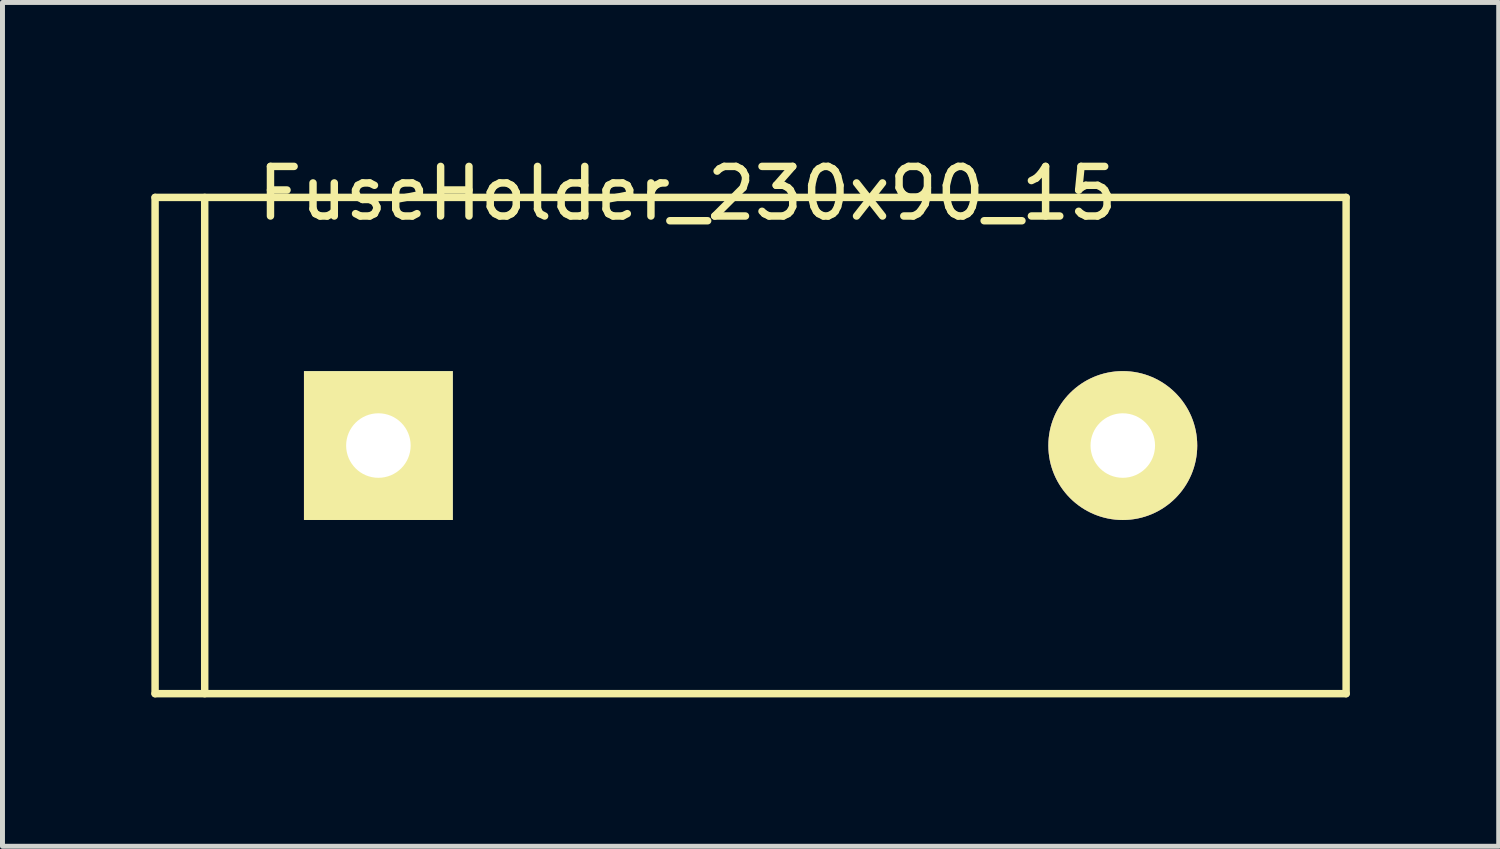
<source format=kicad_pcb>
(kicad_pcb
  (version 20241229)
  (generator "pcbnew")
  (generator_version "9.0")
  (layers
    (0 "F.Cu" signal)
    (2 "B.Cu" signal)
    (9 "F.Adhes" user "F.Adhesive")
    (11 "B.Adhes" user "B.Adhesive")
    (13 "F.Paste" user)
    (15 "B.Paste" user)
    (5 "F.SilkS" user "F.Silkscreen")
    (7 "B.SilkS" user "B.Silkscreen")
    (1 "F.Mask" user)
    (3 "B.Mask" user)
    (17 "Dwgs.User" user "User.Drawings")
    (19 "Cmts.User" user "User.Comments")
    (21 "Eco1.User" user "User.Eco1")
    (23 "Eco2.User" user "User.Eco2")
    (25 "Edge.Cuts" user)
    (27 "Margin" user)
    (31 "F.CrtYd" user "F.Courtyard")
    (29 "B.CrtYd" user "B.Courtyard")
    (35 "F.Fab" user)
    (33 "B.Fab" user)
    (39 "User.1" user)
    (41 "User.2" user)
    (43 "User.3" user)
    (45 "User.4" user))
  (footprint "FuseHolder_230x90_15"
    (layer "F.Cu")
    (at 12.075 5.928)
    (property "Reference" "FuseHolder_230x90_15" (at -1.27 -5.08 0) (layer "F.SilkS") (effects (font (size 1 1) (thickness 0.15))))
    (attr through_hole)
    (fp_line (start -12 -5) (end -12 5) (stroke (width 0.15) (type solid)) (layer "F.SilkS"))
    (fp_line (start -12 -5) (end 12 -5) (stroke (width 0.15) (type solid)) (layer "F.SilkS"))
    (fp_line (start -12 5) (end 12 5) (stroke (width 0.15) (type solid)) (layer "F.SilkS"))
    (fp_line (start -11 -5) (end -11 5) (stroke (width 0.15) (type solid)) (layer "F.SilkS"))
    (fp_line (start 12 -5) (end 12 5) (stroke (width 0.15) (type solid)) (layer "F.SilkS"))
    (pad "1" thru_hole rect (at -7.5 0) (size 3 3) (drill 1.3) (layers "*.Cu" "*.Mask" "F.SilkS"))
    (pad "2" thru_hole circle (at 7.5 0) (size 3 3) (drill 1.3) (layers "*.Cu" "*.Mask" "F.SilkS")))
  (gr_rect
    (start -3 -3)
    (end 27.15 14.003)
    (stroke (width 0.1) (type default))
    (fill no)
    (layer "Edge.Cuts")))
</source>
